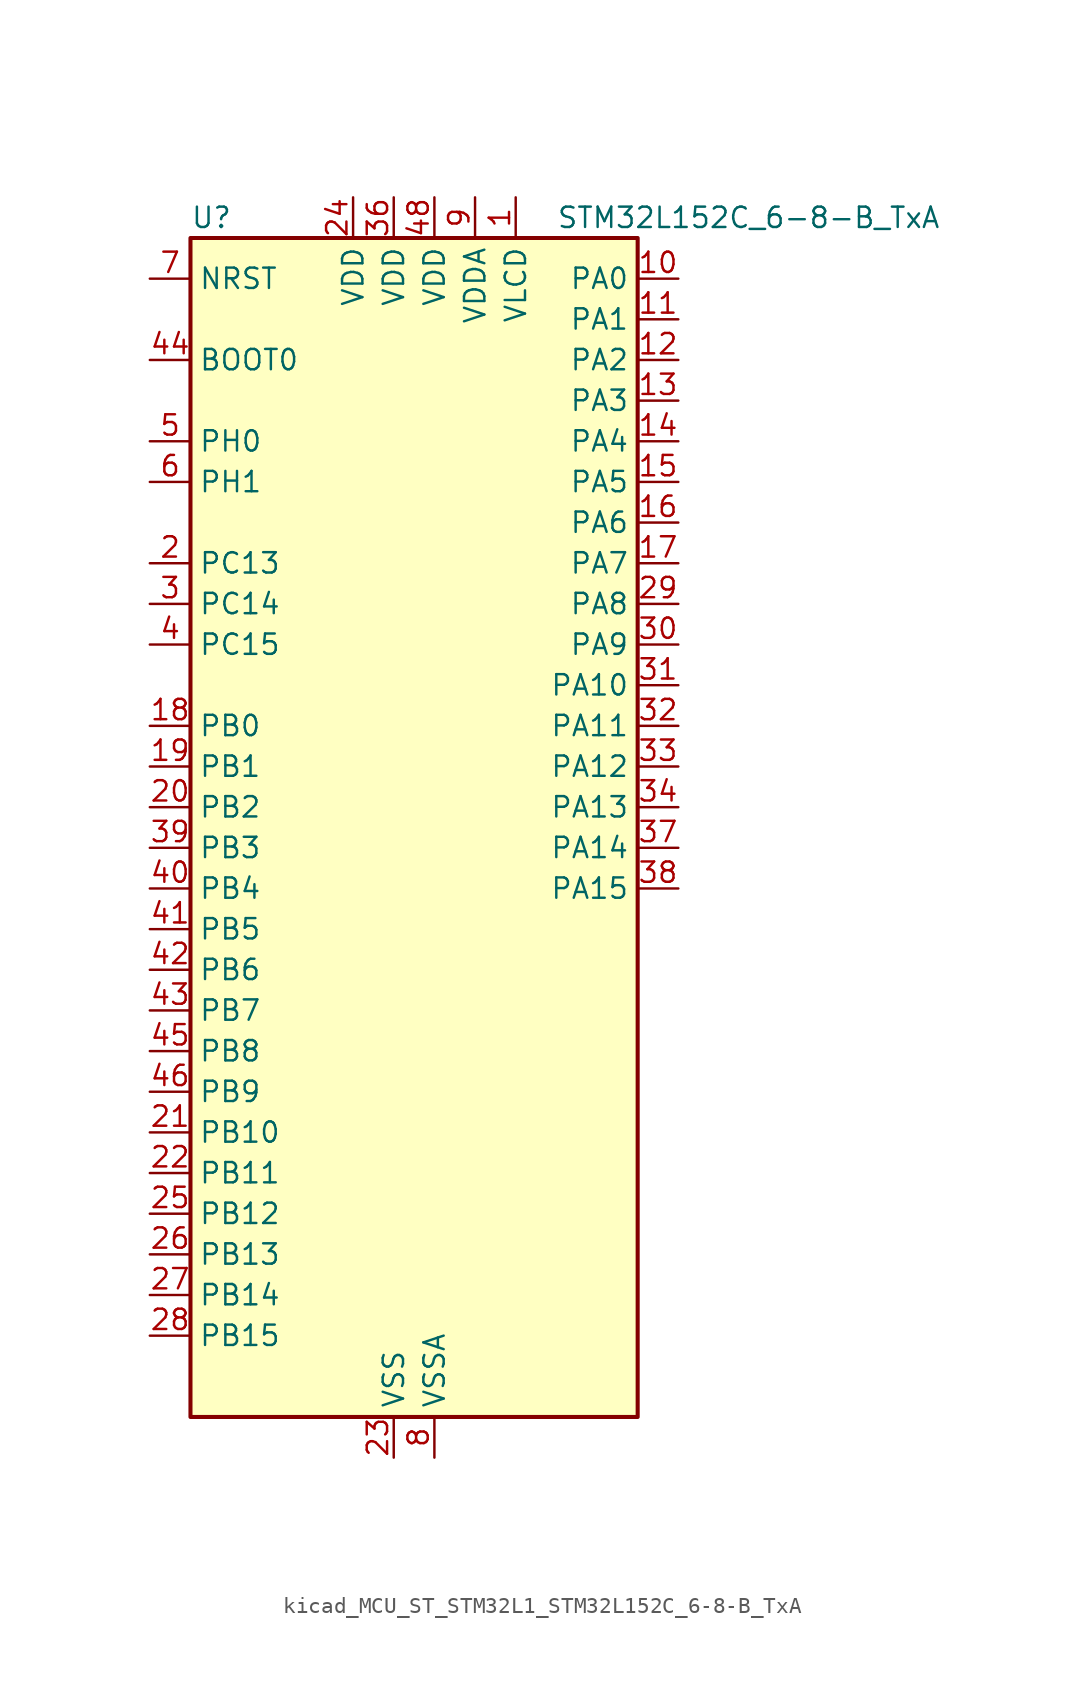
<source format=kicad_sym>
(kicad_symbol_lib
  (version 20220914)
  (generator kicad_symbol_editor)
  (symbol "kicad_MCU_ST_STM32L1_STM32L152C_6-8-B_TxA"
    (property "Reference" "U"
      (at -12.7 39.37 0)
      (effects (font (size 1.27 1.27)) (justify left)))
    (property "Value" "STM32L152C_6-8-B_TxA"
      (at 10.16 39.37 0)
      (effects (font (size 1.27 1.27)) (justify left)))
    (property "ki_locked" ""
      (at 0 0 0)
      (effects (font (size 1.27 1.27))))
    (symbol "kicad_MCU_ST_STM32L1_STM32L152C_6-8-B_TxA_0_1"
      (rectangle (start -12.7 -35.56) (end 15.24 38.1) (stroke (width 0.254) (type default)) (fill (type background))))
    (symbol "kicad_MCU_ST_STM32L1_STM32L152C_6-8-B_TxA_1_1"
      (pin power_in line (at 7.62 40.64 270) (length 2.54) (name "VLCD" (effects (font (size 1.27 1.27)))) (number "1" (effects (font (size 1.27 1.27)))))
      (pin bidirectional line (at 17.78 35.56 180) (length 2.54) (name "PA0" (effects (font (size 1.27 1.27)))) (number "10" (effects (font (size 1.27 1.27)))) (alternate "ADC_IN0" bidirectional line) (alternate "COMP1_INP" bidirectional line) (alternate "RTC_TAMP2" bidirectional line) (alternate "SYS_WKUP1" bidirectional line) (alternate "TIM2_CH1" bidirectional line) (alternate "TIM2_ETR" bidirectional line) (alternate "TIMX_IC1" bidirectional line) (alternate "TS_G1_IO1" bidirectional line) (alternate "USART2_CTS" bidirectional line))
      (pin bidirectional line (at 17.78 33.02 180) (length 2.54) (name "PA1" (effects (font (size 1.27 1.27)))) (number "11" (effects (font (size 1.27 1.27)))) (alternate "ADC_IN1" bidirectional line) (alternate "COMP1_INP" bidirectional line) (alternate "LCD_SEG0" bidirectional line) (alternate "TIM2_CH2" bidirectional line) (alternate "TIMX_IC2" bidirectional line) (alternate "TS_G1_IO2" bidirectional line) (alternate "USART2_RTS" bidirectional line))
      (pin bidirectional line (at 17.78 30.48 180) (length 2.54) (name "PA2" (effects (font (size 1.27 1.27)))) (number "12" (effects (font (size 1.27 1.27)))) (alternate "ADC_IN2" bidirectional line) (alternate "COMP1_INP" bidirectional line) (alternate "LCD_SEG1" bidirectional line) (alternate "TIM2_CH3" bidirectional line) (alternate "TIM9_CH1" bidirectional line) (alternate "TIMX_IC3" bidirectional line) (alternate "TS_G1_IO3" bidirectional line) (alternate "USART2_TX" bidirectional line))
      (pin bidirectional line (at 17.78 27.94 180) (length 2.54) (name "PA3" (effects (font (size 1.27 1.27)))) (number "13" (effects (font (size 1.27 1.27)))) (alternate "ADC_IN3" bidirectional line) (alternate "COMP1_INP" bidirectional line) (alternate "LCD_SEG2" bidirectional line) (alternate "TIM2_CH4" bidirectional line) (alternate "TIM9_CH2" bidirectional line) (alternate "TIMX_IC4" bidirectional line) (alternate "TS_G1_IO4" bidirectional line) (alternate "USART2_RX" bidirectional line))
      (pin bidirectional line (at 17.78 25.4 180) (length 2.54) (name "PA4" (effects (font (size 1.27 1.27)))) (number "14" (effects (font (size 1.27 1.27)))) (alternate "ADC_IN4" bidirectional line) (alternate "COMP1_INP" bidirectional line) (alternate "DAC_OUT1" bidirectional line) (alternate "SPI1_NSS" bidirectional line) (alternate "TIMX_IC1" bidirectional line) (alternate "USART2_CK" bidirectional line))
      (pin bidirectional line (at 17.78 22.86 180) (length 2.54) (name "PA5" (effects (font (size 1.27 1.27)))) (number "15" (effects (font (size 1.27 1.27)))) (alternate "ADC_IN5" bidirectional line) (alternate "COMP1_INP" bidirectional line) (alternate "DAC_OUT2" bidirectional line) (alternate "SPI1_SCK" bidirectional line) (alternate "TIM2_CH1" bidirectional line) (alternate "TIM2_ETR" bidirectional line) (alternate "TIMX_IC2" bidirectional line))
      (pin bidirectional line (at 17.78 20.32 180) (length 2.54) (name "PA6" (effects (font (size 1.27 1.27)))) (number "16" (effects (font (size 1.27 1.27)))) (alternate "ADC_IN6" bidirectional line) (alternate "COMP1_INP" bidirectional line) (alternate "LCD_SEG3" bidirectional line) (alternate "SPI1_MISO" bidirectional line) (alternate "TIM10_CH1" bidirectional line) (alternate "TIM3_CH1" bidirectional line) (alternate "TIMX_IC3" bidirectional line) (alternate "TS_G2_IO1" bidirectional line))
      (pin bidirectional line (at 17.78 17.78 180) (length 2.54) (name "PA7" (effects (font (size 1.27 1.27)))) (number "17" (effects (font (size 1.27 1.27)))) (alternate "ADC_IN7" bidirectional line) (alternate "COMP1_INP" bidirectional line) (alternate "LCD_SEG4" bidirectional line) (alternate "SPI1_MOSI" bidirectional line) (alternate "TIM11_CH1" bidirectional line) (alternate "TIM3_CH2" bidirectional line) (alternate "TIMX_IC4" bidirectional line) (alternate "TS_G2_IO2" bidirectional line))
      (pin bidirectional line (at -15.24 7.62 0) (length 2.54) (name "PB0" (effects (font (size 1.27 1.27)))) (number "18" (effects (font (size 1.27 1.27)))) (alternate "ADC_IN8" bidirectional line) (alternate "COMP1_INP" bidirectional line) (alternate "LCD_SEG5" bidirectional line) (alternate "SYS_V_REF_OUT" bidirectional line) (alternate "TIM3_CH3" bidirectional line) (alternate "TS_G3_IO1" bidirectional line))
      (pin bidirectional line (at -15.24 5.08 0) (length 2.54) (name "PB1" (effects (font (size 1.27 1.27)))) (number "19" (effects (font (size 1.27 1.27)))) (alternate "ADC_IN9" bidirectional line) (alternate "COMP1_INP" bidirectional line) (alternate "LCD_SEG6" bidirectional line) (alternate "SYS_V_REF_OUT" bidirectional line) (alternate "TIM3_CH4" bidirectional line) (alternate "TS_G3_IO2" bidirectional line))
      (pin bidirectional line (at -15.24 17.78 0) (length 2.54) (name "PC13" (effects (font (size 1.27 1.27)))) (number "2" (effects (font (size 1.27 1.27)))) (alternate "RTC_OUT_ALARM" bidirectional line) (alternate "RTC_OUT_CALIB" bidirectional line) (alternate "RTC_TAMP1" bidirectional line) (alternate "RTC_TS" bidirectional line) (alternate "SYS_WKUP2" bidirectional line) (alternate "TIMX_IC2" bidirectional line))
      (pin bidirectional line (at -15.24 2.54 0) (length 2.54) (name "PB2" (effects (font (size 1.27 1.27)))) (number "20" (effects (font (size 1.27 1.27)))) (alternate "TS_G3_IO3" bidirectional line))
      (pin bidirectional line (at -15.24 -17.78 0) (length 2.54) (name "PB10" (effects (font (size 1.27 1.27)))) (number "21" (effects (font (size 1.27 1.27)))) (alternate "I2C2_SCL" bidirectional line) (alternate "LCD_SEG10" bidirectional line) (alternate "TIM2_CH3" bidirectional line) (alternate "USART3_TX" bidirectional line))
      (pin bidirectional line (at -15.24 -20.32 0) (length 2.54) (name "PB11" (effects (font (size 1.27 1.27)))) (number "22" (effects (font (size 1.27 1.27)))) (alternate "ADC_EXTI11" bidirectional line) (alternate "I2C2_SDA" bidirectional line) (alternate "LCD_SEG11" bidirectional line) (alternate "TIM2_CH4" bidirectional line) (alternate "USART3_RX" bidirectional line))
      (pin power_in line (at 0 -38.1 90) (length 2.54) (name "VSS" (effects (font (size 1.27 1.27)))) (number "23" (effects (font (size 1.27 1.27)))))
      (pin power_in line (at -2.54 40.64 270) (length 2.54) (name "VDD" (effects (font (size 1.27 1.27)))) (number "24" (effects (font (size 1.27 1.27)))))
      (pin bidirectional line (at -15.24 -22.86 0) (length 2.54) (name "PB12" (effects (font (size 1.27 1.27)))) (number "25" (effects (font (size 1.27 1.27)))) (alternate "ADC_IN18" bidirectional line) (alternate "COMP1_INP" bidirectional line) (alternate "I2C2_SMBA" bidirectional line) (alternate "LCD_SEG12" bidirectional line) (alternate "SPI2_NSS" bidirectional line) (alternate "TIM10_CH1" bidirectional line) (alternate "TS_G7_IO1" bidirectional line) (alternate "USART3_CK" bidirectional line))
      (pin bidirectional line (at -15.24 -25.4 0) (length 2.54) (name "PB13" (effects (font (size 1.27 1.27)))) (number "26" (effects (font (size 1.27 1.27)))) (alternate "ADC_IN19" bidirectional line) (alternate "COMP1_INP" bidirectional line) (alternate "LCD_SEG13" bidirectional line) (alternate "SPI2_SCK" bidirectional line) (alternate "TIM9_CH1" bidirectional line) (alternate "TS_G7_IO2" bidirectional line) (alternate "USART3_CTS" bidirectional line))
      (pin bidirectional line (at -15.24 -27.94 0) (length 2.54) (name "PB14" (effects (font (size 1.27 1.27)))) (number "27" (effects (font (size 1.27 1.27)))) (alternate "ADC_IN20" bidirectional line) (alternate "COMP1_INP" bidirectional line) (alternate "LCD_SEG14" bidirectional line) (alternate "SPI2_MISO" bidirectional line) (alternate "TIM9_CH2" bidirectional line) (alternate "TS_G7_IO3" bidirectional line) (alternate "USART3_RTS" bidirectional line))
      (pin bidirectional line (at -15.24 -30.48 0) (length 2.54) (name "PB15" (effects (font (size 1.27 1.27)))) (number "28" (effects (font (size 1.27 1.27)))) (alternate "ADC_EXTI15" bidirectional line) (alternate "ADC_IN21" bidirectional line) (alternate "COMP1_INP" bidirectional line) (alternate "LCD_SEG15" bidirectional line) (alternate "RTC_REFIN" bidirectional line) (alternate "SPI2_MOSI" bidirectional line) (alternate "TIM11_CH1" bidirectional line) (alternate "TS_G7_IO4" bidirectional line))
      (pin bidirectional line (at 17.78 15.24 180) (length 2.54) (name "PA8" (effects (font (size 1.27 1.27)))) (number "29" (effects (font (size 1.27 1.27)))) (alternate "LCD_COM0" bidirectional line) (alternate "RCC_MCO" bidirectional line) (alternate "TIMX_IC1" bidirectional line) (alternate "TS_G4_IO1" bidirectional line) (alternate "USART1_CK" bidirectional line))
      (pin bidirectional line (at -15.24 15.24 0) (length 2.54) (name "PC14" (effects (font (size 1.27 1.27)))) (number "3" (effects (font (size 1.27 1.27)))) (alternate "RCC_OSC32_IN" bidirectional line) (alternate "TIMX_IC3" bidirectional line))
      (pin bidirectional line (at 17.78 12.7 180) (length 2.54) (name "PA9" (effects (font (size 1.27 1.27)))) (number "30" (effects (font (size 1.27 1.27)))) (alternate "DAC_EXTI9" bidirectional line) (alternate "LCD_COM1" bidirectional line) (alternate "TIMX_IC2" bidirectional line) (alternate "TS_G4_IO2" bidirectional line) (alternate "USART1_TX" bidirectional line))
      (pin bidirectional line (at 17.78 10.16 180) (length 2.54) (name "PA10" (effects (font (size 1.27 1.27)))) (number "31" (effects (font (size 1.27 1.27)))) (alternate "LCD_COM2" bidirectional line) (alternate "TIMX_IC3" bidirectional line) (alternate "TS_G4_IO3" bidirectional line) (alternate "USART1_RX" bidirectional line))
      (pin bidirectional line (at 17.78 7.62 180) (length 2.54) (name "PA11" (effects (font (size 1.27 1.27)))) (number "32" (effects (font (size 1.27 1.27)))) (alternate "ADC_EXTI11" bidirectional line) (alternate "SPI1_MISO" bidirectional line) (alternate "TIMX_IC4" bidirectional line) (alternate "USART1_CTS" bidirectional line) (alternate "USB_DM" bidirectional line))
      (pin bidirectional line (at 17.78 5.08 180) (length 2.54) (name "PA12" (effects (font (size 1.27 1.27)))) (number "33" (effects (font (size 1.27 1.27)))) (alternate "SPI1_MOSI" bidirectional line) (alternate "TIMX_IC1" bidirectional line) (alternate "USART1_RTS" bidirectional line) (alternate "USB_DP" bidirectional line))
      (pin bidirectional line (at 17.78 2.54 180) (length 2.54) (name "PA13" (effects (font (size 1.27 1.27)))) (number "34" (effects (font (size 1.27 1.27)))) (alternate "SYS_JTMS-SWDIO" bidirectional line) (alternate "TIMX_IC2" bidirectional line) (alternate "TS_G5_IO1" bidirectional line))
      (pin passive line (at 0 -38.1 90) (length 2.54) hide (name "VSS" (effects (font (size 1.27 1.27)))) (number "35" (effects (font (size 1.27 1.27)))))
      (pin power_in line (at 0 40.64 270) (length 2.54) (name "VDD" (effects (font (size 1.27 1.27)))) (number "36" (effects (font (size 1.27 1.27)))))
      (pin bidirectional line (at 17.78 0 180) (length 2.54) (name "PA14" (effects (font (size 1.27 1.27)))) (number "37" (effects (font (size 1.27 1.27)))) (alternate "SYS_JTCK-SWCLK" bidirectional line) (alternate "TIMX_IC3" bidirectional line) (alternate "TS_G5_IO2" bidirectional line))
      (pin bidirectional line (at 17.78 -2.54 180) (length 2.54) (name "PA15" (effects (font (size 1.27 1.27)))) (number "38" (effects (font (size 1.27 1.27)))) (alternate "ADC_EXTI15" bidirectional line) (alternate "LCD_SEG17" bidirectional line) (alternate "SPI1_NSS" bidirectional line) (alternate "SYS_JTDI" bidirectional line) (alternate "TIM2_CH1" bidirectional line) (alternate "TIM2_ETR" bidirectional line) (alternate "TIMX_IC4" bidirectional line) (alternate "TS_G5_IO3" bidirectional line))
      (pin bidirectional line (at -15.24 0 0) (length 2.54) (name "PB3" (effects (font (size 1.27 1.27)))) (number "39" (effects (font (size 1.27 1.27)))) (alternate "COMP2_INM" bidirectional line) (alternate "LCD_SEG7" bidirectional line) (alternate "SPI1_SCK" bidirectional line) (alternate "SYS_JTDO-TRACESWO" bidirectional line) (alternate "TIM2_CH2" bidirectional line))
      (pin bidirectional line (at -15.24 12.7 0) (length 2.54) (name "PC15" (effects (font (size 1.27 1.27)))) (number "4" (effects (font (size 1.27 1.27)))) (alternate "ADC_EXTI15" bidirectional line) (alternate "RCC_OSC32_OUT" bidirectional line) (alternate "TIMX_IC4" bidirectional line))
      (pin bidirectional line (at -15.24 -2.54 0) (length 2.54) (name "PB4" (effects (font (size 1.27 1.27)))) (number "40" (effects (font (size 1.27 1.27)))) (alternate "COMP2_INP" bidirectional line) (alternate "LCD_SEG8" bidirectional line) (alternate "SPI1_MISO" bidirectional line) (alternate "SYS_JTRST" bidirectional line) (alternate "TIM3_CH1" bidirectional line) (alternate "TS_G6_IO1" bidirectional line))
      (pin bidirectional line (at -15.24 -5.08 0) (length 2.54) (name "PB5" (effects (font (size 1.27 1.27)))) (number "41" (effects (font (size 1.27 1.27)))) (alternate "COMP2_INP" bidirectional line) (alternate "I2C1_SMBA" bidirectional line) (alternate "LCD_SEG9" bidirectional line) (alternate "SPI1_MOSI" bidirectional line) (alternate "TIM3_CH2" bidirectional line) (alternate "TS_G6_IO2" bidirectional line))
      (pin bidirectional line (at -15.24 -7.62 0) (length 2.54) (name "PB6" (effects (font (size 1.27 1.27)))) (number "42" (effects (font (size 1.27 1.27)))) (alternate "I2C1_SCL" bidirectional line) (alternate "TIM4_CH1" bidirectional line) (alternate "TS_G6_IO3" bidirectional line) (alternate "USART1_TX" bidirectional line))
      (pin bidirectional line (at -15.24 -10.16 0) (length 2.54) (name "PB7" (effects (font (size 1.27 1.27)))) (number "43" (effects (font (size 1.27 1.27)))) (alternate "I2C1_SDA" bidirectional line) (alternate "SYS_PVD_IN" bidirectional line) (alternate "TIM4_CH2" bidirectional line) (alternate "TS_G6_IO4" bidirectional line) (alternate "USART1_RX" bidirectional line))
      (pin input line (at -15.24 30.48 0) (length 2.54) (name "BOOT0" (effects (font (size 1.27 1.27)))) (number "44" (effects (font (size 1.27 1.27)))))
      (pin bidirectional line (at -15.24 -12.7 0) (length 2.54) (name "PB8" (effects (font (size 1.27 1.27)))) (number "45" (effects (font (size 1.27 1.27)))) (alternate "I2C1_SCL" bidirectional line) (alternate "LCD_SEG16" bidirectional line) (alternate "TIM10_CH1" bidirectional line) (alternate "TIM4_CH3" bidirectional line))
      (pin bidirectional line (at -15.24 -15.24 0) (length 2.54) (name "PB9" (effects (font (size 1.27 1.27)))) (number "46" (effects (font (size 1.27 1.27)))) (alternate "DAC_EXTI9" bidirectional line) (alternate "I2C1_SDA" bidirectional line) (alternate "LCD_COM3" bidirectional line) (alternate "TIM11_CH1" bidirectional line) (alternate "TIM4_CH4" bidirectional line))
      (pin passive line (at 0 -38.1 90) (length 2.54) hide (name "VSS" (effects (font (size 1.27 1.27)))) (number "47" (effects (font (size 1.27 1.27)))))
      (pin power_in line (at 2.54 40.64 270) (length 2.54) (name "VDD" (effects (font (size 1.27 1.27)))) (number "48" (effects (font (size 1.27 1.27)))))
      (pin bidirectional line (at -15.24 25.4 0) (length 2.54) (name "PH0" (effects (font (size 1.27 1.27)))) (number "5" (effects (font (size 1.27 1.27)))) (alternate "RCC_OSC_IN" bidirectional line))
      (pin bidirectional line (at -15.24 22.86 0) (length 2.54) (name "PH1" (effects (font (size 1.27 1.27)))) (number "6" (effects (font (size 1.27 1.27)))) (alternate "RCC_OSC_OUT" bidirectional line))
      (pin input line (at -15.24 35.56 0) (length 2.54) (name "NRST" (effects (font (size 1.27 1.27)))) (number "7" (effects (font (size 1.27 1.27)))))
      (pin power_in line (at 2.54 -38.1 90) (length 2.54) (name "VSSA" (effects (font (size 1.27 1.27)))) (number "8" (effects (font (size 1.27 1.27)))))
      (pin power_in line (at 5.08 40.64 270) (length 2.54) (name "VDDA" (effects (font (size 1.27 1.27)))) (number "9" (effects (font (size 1.27 1.27))))))))
</source>
